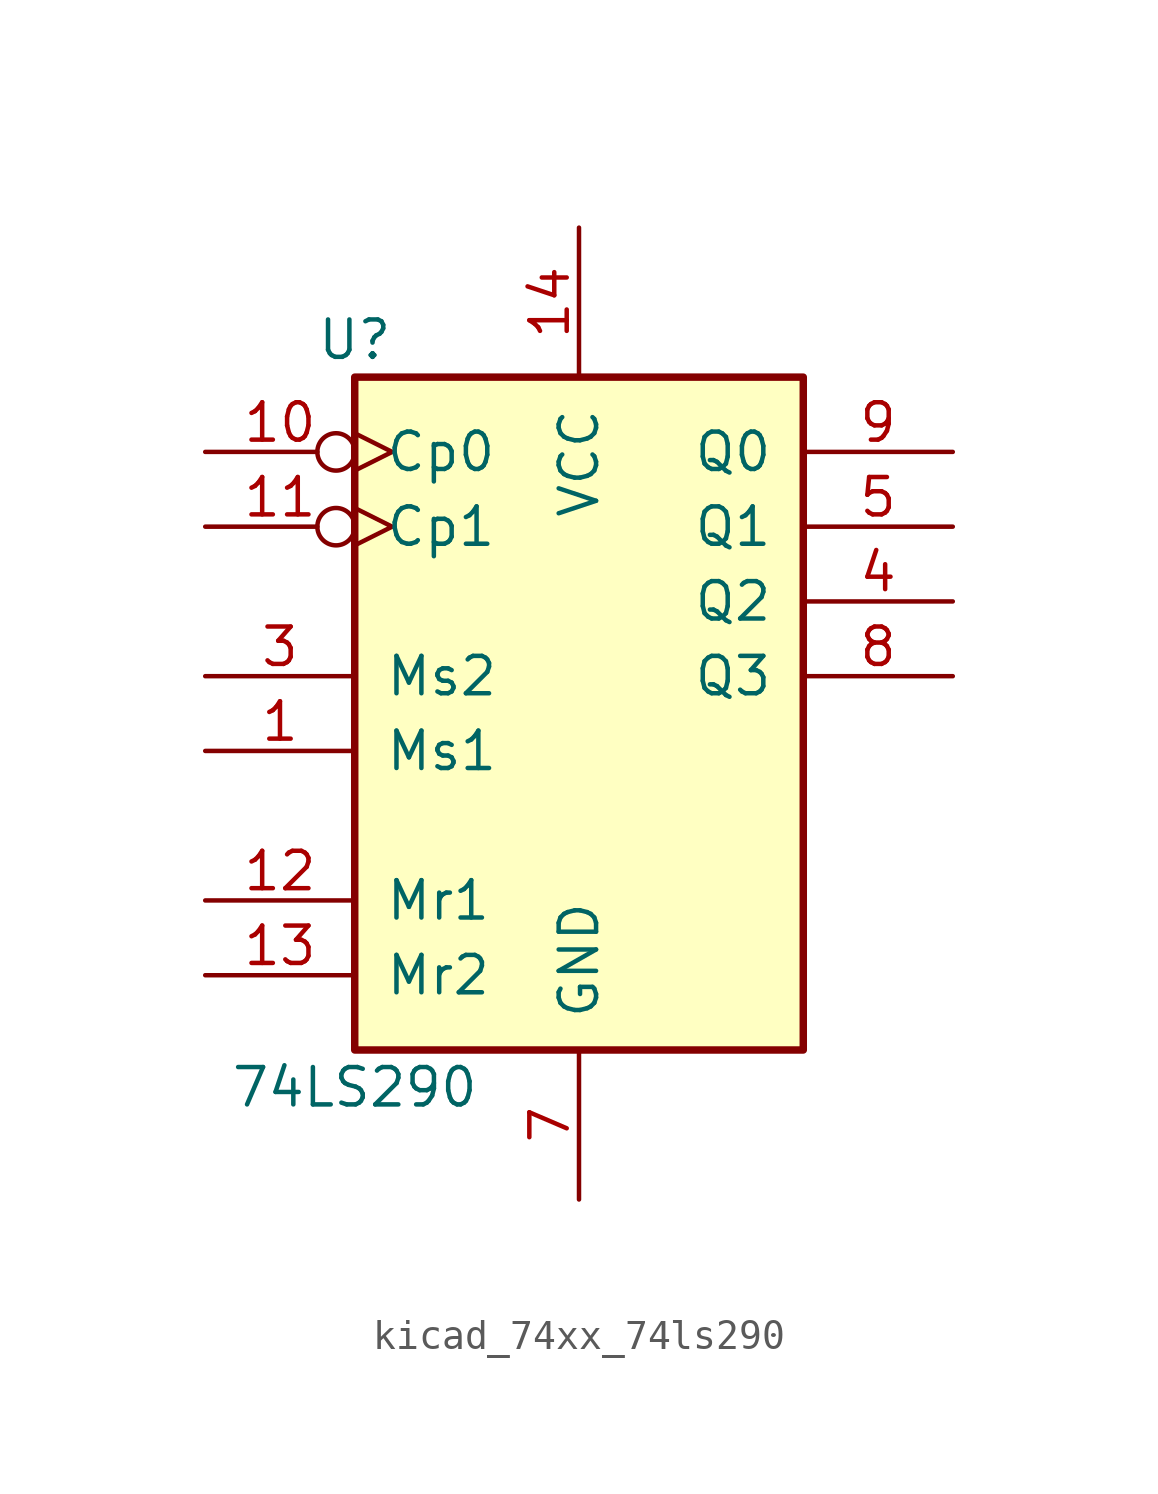
<source format=kicad_sym>
(kicad_symbol_lib
  (version 20220914)
  (generator kicad_symbol_editor)
  (symbol "kicad_74xx_74ls290"
    (pin_names
      (offset 1.016))
    (property "Reference" "U"
      (at -7.62 11.43 0)
      (effects (font (size 1.27 1.27))))
    (property "Value" "74LS290"
      (at -7.62 -13.97 0)
      (effects (font (size 1.27 1.27))))
    (property "ki_locked" ""
      (at 0 0 0)
      (effects (font (size 1.27 1.27))))
    (symbol "kicad_74xx_74ls290_1_0"
      (pin input line (at -12.7 -2.54 0) (length 5.08) (name "Ms1" (effects (font (size 1.27 1.27)))) (number "1" (effects (font (size 1.27 1.27)))))
      (pin input inverted_clock (at -12.7 7.62 0) (length 5.08) (name "Cp0" (effects (font (size 1.27 1.27)))) (number "10" (effects (font (size 1.27 1.27)))))
      (pin input inverted_clock (at -12.7 5.08 0) (length 5.08) (name "Cp1" (effects (font (size 1.27 1.27)))) (number "11" (effects (font (size 1.27 1.27)))))
      (pin input line (at -12.7 -7.62 0) (length 5.08) (name "Mr1" (effects (font (size 1.27 1.27)))) (number "12" (effects (font (size 1.27 1.27)))))
      (pin input line (at -12.7 -10.16 0) (length 5.08) (name "Mr2" (effects (font (size 1.27 1.27)))) (number "13" (effects (font (size 1.27 1.27)))))
      (pin power_in line (at 0 15.24 270) (length 5.08) (name "VCC" (effects (font (size 1.27 1.27)))) (number "14" (effects (font (size 1.27 1.27)))))
      (pin input line (at -12.7 0 0) (length 5.08) (name "Ms2" (effects (font (size 1.27 1.27)))) (number "3" (effects (font (size 1.27 1.27)))))
      (pin output line (at 12.7 2.54 180) (length 5.08) (name "Q2" (effects (font (size 1.27 1.27)))) (number "4" (effects (font (size 1.27 1.27)))))
      (pin output line (at 12.7 5.08 180) (length 5.08) (name "Q1" (effects (font (size 1.27 1.27)))) (number "5" (effects (font (size 1.27 1.27)))))
      (pin power_in line (at 0 -17.78 90) (length 5.08) (name "GND" (effects (font (size 1.27 1.27)))) (number "7" (effects (font (size 1.27 1.27)))))
      (pin output line (at 12.7 0 180) (length 5.08) (name "Q3" (effects (font (size 1.27 1.27)))) (number "8" (effects (font (size 1.27 1.27)))))
      (pin output line (at 12.7 7.62 180) (length 5.08) (name "Q0" (effects (font (size 1.27 1.27)))) (number "9" (effects (font (size 1.27 1.27))))))
    (symbol "kicad_74xx_74ls290_1_1"
      (rectangle (start -7.62 10.16) (end 7.62 -12.7) (stroke (width 0.254) (type default)) (fill (type background))))))
</source>
